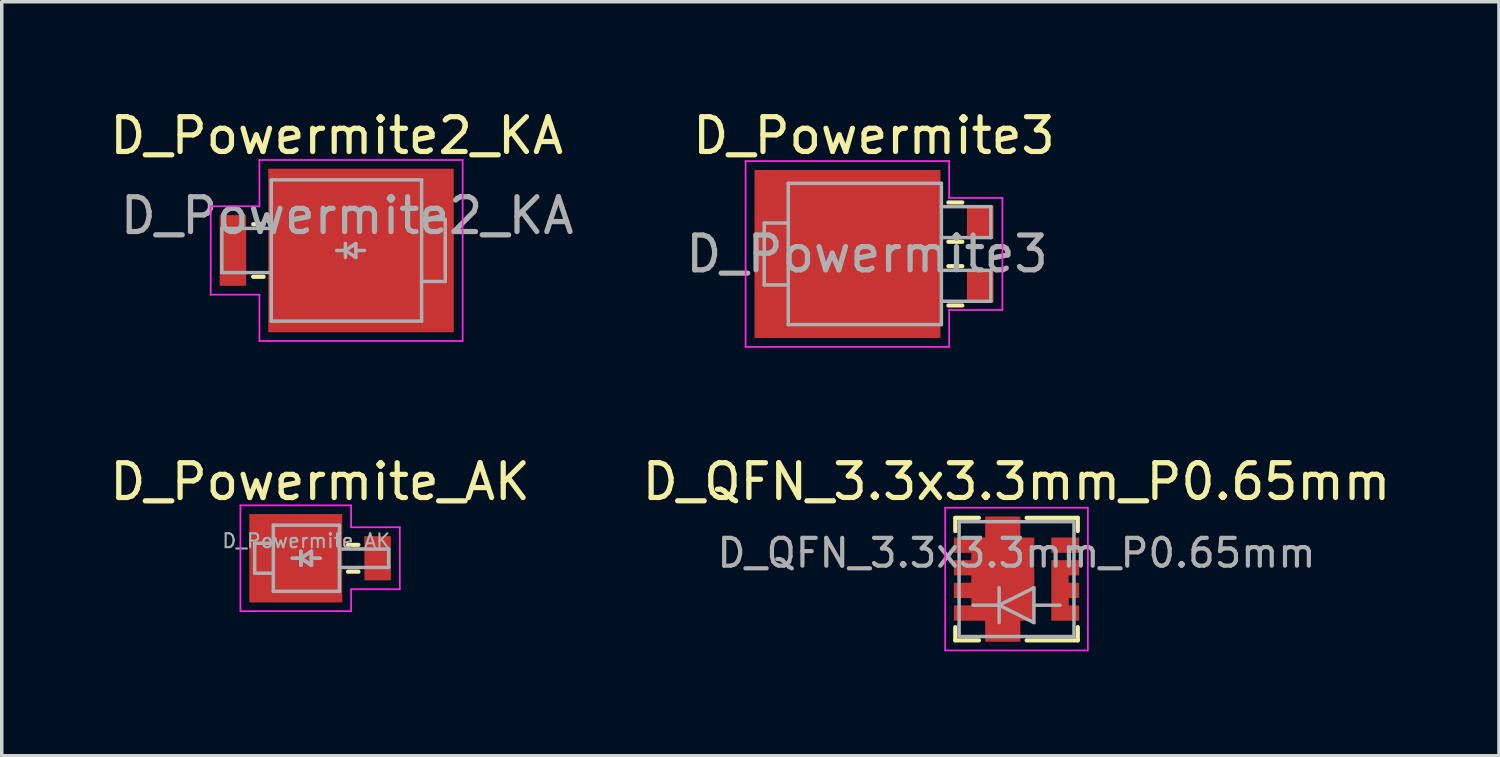
<source format=kicad_pcb>
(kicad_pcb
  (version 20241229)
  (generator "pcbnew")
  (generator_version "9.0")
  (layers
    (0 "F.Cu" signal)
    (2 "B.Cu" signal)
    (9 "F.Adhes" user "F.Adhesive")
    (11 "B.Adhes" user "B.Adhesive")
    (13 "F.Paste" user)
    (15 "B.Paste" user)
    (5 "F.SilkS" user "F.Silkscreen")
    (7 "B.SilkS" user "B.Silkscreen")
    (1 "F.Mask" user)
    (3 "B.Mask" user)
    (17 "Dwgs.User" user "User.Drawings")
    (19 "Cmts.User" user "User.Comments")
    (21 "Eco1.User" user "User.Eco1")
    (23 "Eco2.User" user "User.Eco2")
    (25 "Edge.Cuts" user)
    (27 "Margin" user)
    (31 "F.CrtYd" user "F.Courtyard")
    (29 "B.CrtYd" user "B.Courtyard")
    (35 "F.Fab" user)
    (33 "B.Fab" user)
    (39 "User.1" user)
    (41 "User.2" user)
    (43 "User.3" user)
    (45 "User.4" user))
  (footprint "D_Powermite2_KA"
    (layer "F.Cu")
    (at 6.625 4.148)
    (property "Reference" "D_Powermite2_KA" (at 0 -3.3 0) (layer "F.SilkS") (effects (font (size 1 1) (thickness 0.15))))
    (attr smd)
    (fp_line (start -2.4 -0.755) (end -2.1 -0.755) (stroke (width 0.12) (type solid)) (layer "F.SilkS"))
    (fp_line (start -2.4 0.755) (end -2.1 0.755) (stroke (width 0.12) (type solid)) (layer "F.SilkS"))
    (fp_line (start -3.62 -1.27) (end -3.62 1.27) (stroke (width 0.05) (type solid)) (layer "F.CrtYd"))
    (fp_line (start -3.62 1.27) (end -2.22 1.27) (stroke (width 0.05) (type solid)) (layer "F.CrtYd"))
    (fp_line (start -2.22 -2.6) (end -2.22 -1.27) (stroke (width 0.05) (type solid)) (layer "F.CrtYd"))
    (fp_line (start -2.22 -1.27) (end -3.62 -1.27) (stroke (width 0.05) (type solid)) (layer "F.CrtYd"))
    (fp_line (start -2.22 1.27) (end -2.22 2.6) (stroke (width 0.05) (type solid)) (layer "F.CrtYd"))
    (fp_line (start -2.22 2.6) (end 3.62 2.6) (stroke (width 0.05) (type solid)) (layer "F.CrtYd"))
    (fp_line (start 3.62 -2.6) (end -2.22 -2.6) (stroke (width 0.05) (type solid)) (layer "F.CrtYd"))
    (fp_line (start 3.62 2.6) (end 3.62 -2.6) (stroke (width 0.05) (type solid)) (layer "F.CrtYd"))
    (fp_line (start -3.3 -0.635) (end -3.3 0.635) (stroke (width 0.1) (type solid)) (layer "F.Fab"))
    (fp_line (start -3.3 -0.635) (end -1.88 -0.635) (stroke (width 0.1) (type solid)) (layer "F.Fab"))
    (fp_line (start -3.3 0.635) (end -1.88 0.635) (stroke (width 0.1) (type solid)) (layer "F.Fab"))
    (fp_line (start -1.88 -2.03) (end -1.88 2.03) (stroke (width 0.1) (type solid)) (layer "F.Fab"))
    (fp_line (start -1.88 2.03) (end 2.44 2.03) (stroke (width 0.1) (type solid)) (layer "F.Fab"))
    (fp_line (start 0.25 0) (end 0 0) (stroke (width 0.1) (type solid)) (layer "F.Fab"))
    (fp_line (start 0.25 0) (end 0.55 0.2) (stroke (width 0.1) (type solid)) (layer "F.Fab"))
    (fp_line (start 0.25 0.2) (end 0.25 -0.2) (stroke (width 0.1) (type solid)) (layer "F.Fab"))
    (fp_line (start 0.55 -0.2) (end 0.25 0) (stroke (width 0.1) (type solid)) (layer "F.Fab"))
    (fp_line (start 0.55 0) (end 0.8 0) (stroke (width 0.1) (type solid)) (layer "F.Fab"))
    (fp_line (start 0.55 0.2) (end 0.55 -0.2) (stroke (width 0.1) (type solid)) (layer "F.Fab"))
    (fp_line (start 2.44 -2.03) (end -1.88 -2.03) (stroke (width 0.1) (type solid)) (layer "F.Fab"))
    (fp_line (start 2.44 -0.89) (end 3.12 -0.89) (stroke (width 0.1) (type solid)) (layer "F.Fab"))
    (fp_line (start 2.44 2.03) (end 2.44 -2.03) (stroke (width 0.1) (type solid)) (layer "F.Fab"))
    (fp_line (start 3.12 -0.89) (end 3.12 0.89) (stroke (width 0.1) (type solid)) (layer "F.Fab"))
    (fp_line (start 3.12 0.89) (end 2.44 0.89) (stroke (width 0.1) (type solid)) (layer "F.Fab"))
    (fp_text user "${REFERENCE}" (at 0.3 -1 0) (layer "F.Fab") (effects (font (size 1 1) (thickness 0.15))))
    (pad "1" smd rect (at -2.982 0) (size 0.762 2.03) (layers "F.Cu" "F.Mask" "F.Paste"))
    (pad "2" smd rect (at 0.699 0) (size 5.33 4.7) (layers "F.Cu" "F.Mask" "F.Paste")))
  (footprint "D_Powermite_AK"
    (layer "F.Cu")
    (at 6.149 12.992)
    (property "Reference" "D_Powermite_AK" (at 0 -2.2 0) (layer "F.SilkS") (effects (font (size 1 1) (thickness 0.15))))
    (attr smd)
    (fp_line (start 1.1 -0.385) (end 0.8 -0.385) (stroke (width 0.12) (type solid)) (layer "F.SilkS"))
    (fp_line (start 1.1 0.385) (end 0.8 0.385) (stroke (width 0.12) (type solid)) (layer "F.SilkS"))
    (fp_line (start -2.29 -1.52) (end -2.29 1.52) (stroke (width 0.05) (type solid)) (layer "F.CrtYd"))
    (fp_line (start -2.29 1.52) (end 0.89 1.52) (stroke (width 0.05) (type solid)) (layer "F.CrtYd"))
    (fp_line (start 0.89 -1.52) (end -2.29 -1.52) (stroke (width 0.05) (type solid)) (layer "F.CrtYd"))
    (fp_line (start 0.89 -0.89) (end 0.89 -1.52) (stroke (width 0.05) (type solid)) (layer "F.CrtYd"))
    (fp_line (start 0.89 0.89) (end 2.29 0.89) (stroke (width 0.05) (type solid)) (layer "F.CrtYd"))
    (fp_line (start 0.89 1.52) (end 0.89 0.89) (stroke (width 0.05) (type solid)) (layer "F.CrtYd"))
    (fp_line (start 2.29 -0.89) (end 0.89 -0.89) (stroke (width 0.05) (type solid)) (layer "F.CrtYd"))
    (fp_line (start 2.29 0.89) (end 2.29 -0.89) (stroke (width 0.05) (type solid)) (layer "F.CrtYd"))
    (fp_line (start -1.88 -0.43) (end -1.345 -0.43) (stroke (width 0.1) (type solid)) (layer "F.Fab"))
    (fp_line (start -1.88 0.43) (end -1.88 -0.43) (stroke (width 0.1) (type solid)) (layer "F.Fab"))
    (fp_line (start -1.345 -0.95) (end -1.345 0.95) (stroke (width 0.1) (type solid)) (layer "F.Fab"))
    (fp_line (start -1.345 0.43) (end -1.88 0.43) (stroke (width 0.1) (type solid)) (layer "F.Fab"))
    (fp_line (start -1.345 0.95) (end 0.555 0.95) (stroke (width 0.1) (type solid)) (layer "F.Fab"))
    (fp_line (start -0.55 0) (end -0.8 0) (stroke (width 0.1) (type solid)) (layer "F.Fab"))
    (fp_line (start -0.55 0) (end -0.8 0) (stroke (width 0.1) (type solid)) (layer "F.Fab"))
    (fp_line (start -0.55 0) (end -0.25 0.2) (stroke (width 0.1) (type solid)) (layer "F.Fab"))
    (fp_line (start -0.55 0) (end -0.25 0.2) (stroke (width 0.1) (type solid)) (layer "F.Fab"))
    (fp_line (start -0.55 0.2) (end -0.55 -0.2) (stroke (width 0.1) (type solid)) (layer "F.Fab"))
    (fp_line (start -0.55 0.2) (end -0.55 -0.2) (stroke (width 0.1) (type solid)) (layer "F.Fab"))
    (fp_line (start -0.25 -0.2) (end -0.55 0) (stroke (width 0.1) (type solid)) (layer "F.Fab"))
    (fp_line (start -0.25 -0.2) (end -0.55 0) (stroke (width 0.1) (type solid)) (layer "F.Fab"))
    (fp_line (start -0.25 0) (end 0 0) (stroke (width 0.1) (type solid)) (layer "F.Fab"))
    (fp_line (start -0.25 0) (end 0 0) (stroke (width 0.1) (type solid)) (layer "F.Fab"))
    (fp_line (start -0.25 0.2) (end -0.25 -0.2) (stroke (width 0.1) (type solid)) (layer "F.Fab"))
    (fp_line (start -0.25 0.2) (end -0.25 -0.2) (stroke (width 0.1) (type solid)) (layer "F.Fab"))
    (fp_line (start 0.555 -0.95) (end -1.345 -0.95) (stroke (width 0.1) (type solid)) (layer "F.Fab"))
    (fp_line (start 0.555 0.95) (end 0.555 -0.95) (stroke (width 0.1) (type solid)) (layer "F.Fab"))
    (fp_line (start 1.97 -0.265) (end 0.555 -0.265) (stroke (width 0.1) (type solid)) (layer "F.Fab"))
    (fp_line (start 1.97 0.265) (end 0.555 0.265) (stroke (width 0.1) (type solid)) (layer "F.Fab"))
    (fp_line (start 1.97 0.265) (end 1.97 -0.265) (stroke (width 0.1) (type solid)) (layer "F.Fab"))
    (fp_text user "${REFERENCE}" (at -0.4 -0.5 0) (layer "F.Fab") (effects (font (size 0.4 0.4) (thickness 0.06))))
    (pad "1" smd rect (at -0.699 0) (size 2.67 2.54) (layers "F.Cu" "F.Mask" "F.Paste"))
    (pad "2" smd rect (at 1.653 0) (size 0.762 1.27) (layers "F.Cu" "F.Mask" "F.Paste")))
  (footprint "D_QFN_3.3x3.3mm_P0.65mm"
    (layer "F.Cu")
    (at 26.161 13.591)
    (property "Reference" "D_QFN_3.3x3.3mm_P0.65mm" (at 0 -2.8 0) (layer "F.SilkS") (effects (font (size 1 1) (thickness 0.15))))
    (attr smd)
    (fp_line (start -1.76 -1.76) (end -1.76 -1.38) (stroke (width 0.12) (type solid)) (layer "F.SilkS"))
    (fp_line (start -1.76 -1.76) (end -1.08 -1.76) (stroke (width 0.12) (type solid)) (layer "F.SilkS"))
    (fp_line (start -1.76 1.76) (end -1.76 1.38) (stroke (width 0.12) (type solid)) (layer "F.SilkS"))
    (fp_line (start -1.76 1.76) (end -1.08 1.76) (stroke (width 0.12) (type solid)) (layer "F.SilkS"))
    (fp_line (start 0.29 -1.76) (end 1.76 -1.76) (stroke (width 0.12) (type solid)) (layer "F.SilkS"))
    (fp_line (start 0.29 1.76) (end 1.76 1.76) (stroke (width 0.12) (type solid)) (layer "F.SilkS"))
    (fp_line (start 1.76 -1.76) (end 1.76 -1.38) (stroke (width 0.12) (type solid)) (layer "F.SilkS"))
    (fp_line (start 1.76 1.76) (end 1.76 1.38) (stroke (width 0.12) (type solid)) (layer "F.SilkS"))
    (fp_line (start -2.05 -2.05) (end 2.05 -2.05) (stroke (width 0.05) (type solid)) (layer "F.CrtYd"))
    (fp_line (start -2.05 2.05) (end -2.05 -2.05) (stroke (width 0.05) (type solid)) (layer "F.CrtYd"))
    (fp_line (start -2.05 2.05) (end 2.05 2.05) (stroke (width 0.05) (type solid)) (layer "F.CrtYd"))
    (fp_line (start 2.05 2.05) (end 2.05 -2.05) (stroke (width 0.05) (type solid)) (layer "F.CrtYd"))
    (fp_line (start -1.65 -1.65) (end 1.65 -1.65) (stroke (width 0.1) (type solid)) (layer "F.Fab"))
    (fp_line (start -1.65 1.65) (end -1.65 -1.65) (stroke (width 0.1) (type solid)) (layer "F.Fab"))
    (fp_line (start -0.5 0.25) (end -0.5 1.25) (stroke (width 0.1) (type solid)) (layer "F.Fab"))
    (fp_line (start -0.5 0.75) (end -1.25 0.75) (stroke (width 0.1) (type solid)) (layer "F.Fab"))
    (fp_line (start -0.5 0.75) (end 0.5 0.25) (stroke (width 0.1) (type solid)) (layer "F.Fab"))
    (fp_line (start 0.5 0.25) (end 0.5 1.25) (stroke (width 0.1) (type solid)) (layer "F.Fab"))
    (fp_line (start 0.5 0.75) (end 1.25 0.75) (stroke (width 0.1) (type solid)) (layer "F.Fab"))
    (fp_line (start 0.5 1.25) (end -0.5 0.75) (stroke (width 0.1) (type solid)) (layer "F.Fab"))
    (fp_line (start 1.65 -1.65) (end 1.65 1.65) (stroke (width 0.1) (type solid)) (layer "F.Fab"))
    (fp_line (start 1.65 1.65) (end -1.65 1.65) (stroke (width 0.1) (type solid)) (layer "F.Fab"))
    (fp_text user "${REFERENCE}" (at 0 -0.75 0) (layer "F.Fab") (effects (font (size 0.8 0.8) (thickness 0.12))))
    (pad "" smd rect (at 1.4 -0.975) (size 0.8 0.44) (layers "F.Cu" "F.Mask" "F.Paste"))
    (pad "1" smd custom (at -0.645 0) (size 0.5 0.5) (layers "F.Cu" "F.Mask" "F.Paste") (options (anchor rect)) (primitives (gr_poly (pts (xy 0.755 -1.195) (xy 1.155 -1.195) (xy 1.155 1.195) (xy 0.755 1.195) (xy 0.755 1.8) (xy -0.255 1.8) (xy -0.255 1.195) (xy -1.155 1.195) (xy -1.155 0.755) (xy -0.655 0.755) (xy -0.655 0.545) (xy -1.155 0.545) (xy -1.155 0.105) (xy -0.655 0.105) (xy -0.655 -0.105) (xy -1.155 -0.105) (xy -1.155 -0.545) (xy -0.655 -0.545) (xy -0.655 -0.755) (xy -1.155 -0.755) (xy -1.155 -1.195) (xy -0.255 -1.195) (xy -0.255 -1.8) (xy 0.755 -1.8)) (width 0) (fill yes))))
    (pad "2" smd custom (at 1.4 0.325) (size 0.4 0.4) (layers "F.Cu" "F.Mask" "F.Paste") (options (anchor rect)) (primitives (gr_poly (pts (xy 0.4 -0.43) (xy 0.1 -0.43) (xy 0.1 -0.22) (xy 0.4 -0.22) (xy 0.4 0.22) (xy 0.1 0.22) (xy 0.1 0.43) (xy 0.4 0.43) (xy 0.4 0.87) (xy -0.4 0.87) (xy -0.4 -0.87) (xy 0.4 -0.87)) (width 0) (fill yes)))))
  (footprint "D_Powermite3"
    (layer "F.Cu")
    (at 22.065 4.248)
    (property "Reference" "D_Powermite3" (at 0 -3.4 0) (layer "F.SilkS") (effects (font (size 1 1) (thickness 0.15))))
    (attr smd)
    (fp_line (start 2.538 -1.48) (end 2.138 -1.48) (stroke (width 0.12) (type solid)) (layer "F.SilkS"))
    (fp_line (start 2.538 -0.35) (end 2.138 -0.35) (stroke (width 0.12) (type solid)) (layer "F.SilkS"))
    (fp_line (start 2.538 0.35) (end 2.138 0.35) (stroke (width 0.12) (type solid)) (layer "F.SilkS"))
    (fp_line (start 2.538 1.48) (end 2.138 1.48) (stroke (width 0.12) (type solid)) (layer "F.SilkS"))
    (fp_line (start -3.69 -2.67) (end -3.69 2.67) (stroke (width 0.05) (type solid)) (layer "F.CrtYd"))
    (fp_line (start -3.69 2.67) (end 2.16 2.67) (stroke (width 0.05) (type solid)) (layer "F.CrtYd"))
    (fp_line (start 2.16 -2.67) (end -3.69 -2.67) (stroke (width 0.05) (type solid)) (layer "F.CrtYd"))
    (fp_line (start 2.16 -1.61) (end 2.16 -2.67) (stroke (width 0.05) (type solid)) (layer "F.CrtYd"))
    (fp_line (start 2.16 1.61) (end 3.69 1.61) (stroke (width 0.05) (type solid)) (layer "F.CrtYd"))
    (fp_line (start 2.16 2.67) (end 2.16 1.61) (stroke (width 0.05) (type solid)) (layer "F.CrtYd"))
    (fp_line (start 3.69 -1.61) (end 2.16 -1.61) (stroke (width 0.05) (type solid)) (layer "F.CrtYd"))
    (fp_line (start 3.69 1.61) (end 3.69 -1.61) (stroke (width 0.05) (type solid)) (layer "F.CrtYd"))
    (fp_line (start -3.154 -0.89) (end -2.464 -0.89) (stroke (width 0.1) (type solid)) (layer "F.Fab"))
    (fp_line (start -3.154 0.89) (end -3.154 -0.89) (stroke (width 0.1) (type solid)) (layer "F.Fab"))
    (fp_line (start -2.464 -2.03) (end -2.464 2.03) (stroke (width 0.1) (type solid)) (layer "F.Fab"))
    (fp_line (start -2.464 0.89) (end -3.154 0.89) (stroke (width 0.1) (type solid)) (layer "F.Fab"))
    (fp_line (start -2.464 2.03) (end 1.936 2.03) (stroke (width 0.1) (type solid)) (layer "F.Fab"))
    (fp_line (start 1.936 -2.03) (end -2.464 -2.03) (stroke (width 0.1) (type solid)) (layer "F.Fab"))
    (fp_line (start 1.936 2.03) (end 1.936 -2.03) (stroke (width 0.1) (type solid)) (layer "F.Fab"))
    (fp_line (start 3.358 -1.359) (end 1.936 -1.359) (stroke (width 0.1) (type solid)) (layer "F.Fab"))
    (fp_line (start 3.358 -0.47) (end 1.936 -0.47) (stroke (width 0.1) (type solid)) (layer "F.Fab"))
    (fp_line (start 3.358 -0.47) (end 3.358 -1.359) (stroke (width 0.1) (type solid)) (layer "F.Fab"))
    (fp_line (start 3.358 0.47) (end 1.936 0.47) (stroke (width 0.1) (type solid)) (layer "F.Fab"))
    (fp_line (start 3.358 1.359) (end 1.936 1.359) (stroke (width 0.1) (type solid)) (layer "F.Fab"))
    (fp_line (start 3.358 1.359) (end 3.358 0.47) (stroke (width 0.1) (type solid)) (layer "F.Fab"))
    (fp_text user "${REFERENCE}" (at -0.2 0 0) (layer "F.Fab") (effects (font (size 1 1) (thickness 0.15))))
    (pad "1" smd rect (at -0.762 0 180) (size 5.344 4.826) (layers "F.Cu" "F.Mask" "F.Paste"))
    (pad "2" smd rect (at 3.053 -0.914 180) (size 0.762 0.965) (layers "F.Cu" "F.Mask" "F.Paste"))
    (pad "3" smd rect (at 3.053 0.914 180) (size 0.762 0.965) (layers "F.Cu" "F.Mask" "F.Paste")))
  (gr_rect
    (start -3 -3)
    (end 40.024 18.666)
    (stroke (width 0.1) (type default))
    (fill no)
    (layer "Edge.Cuts")))
</source>
